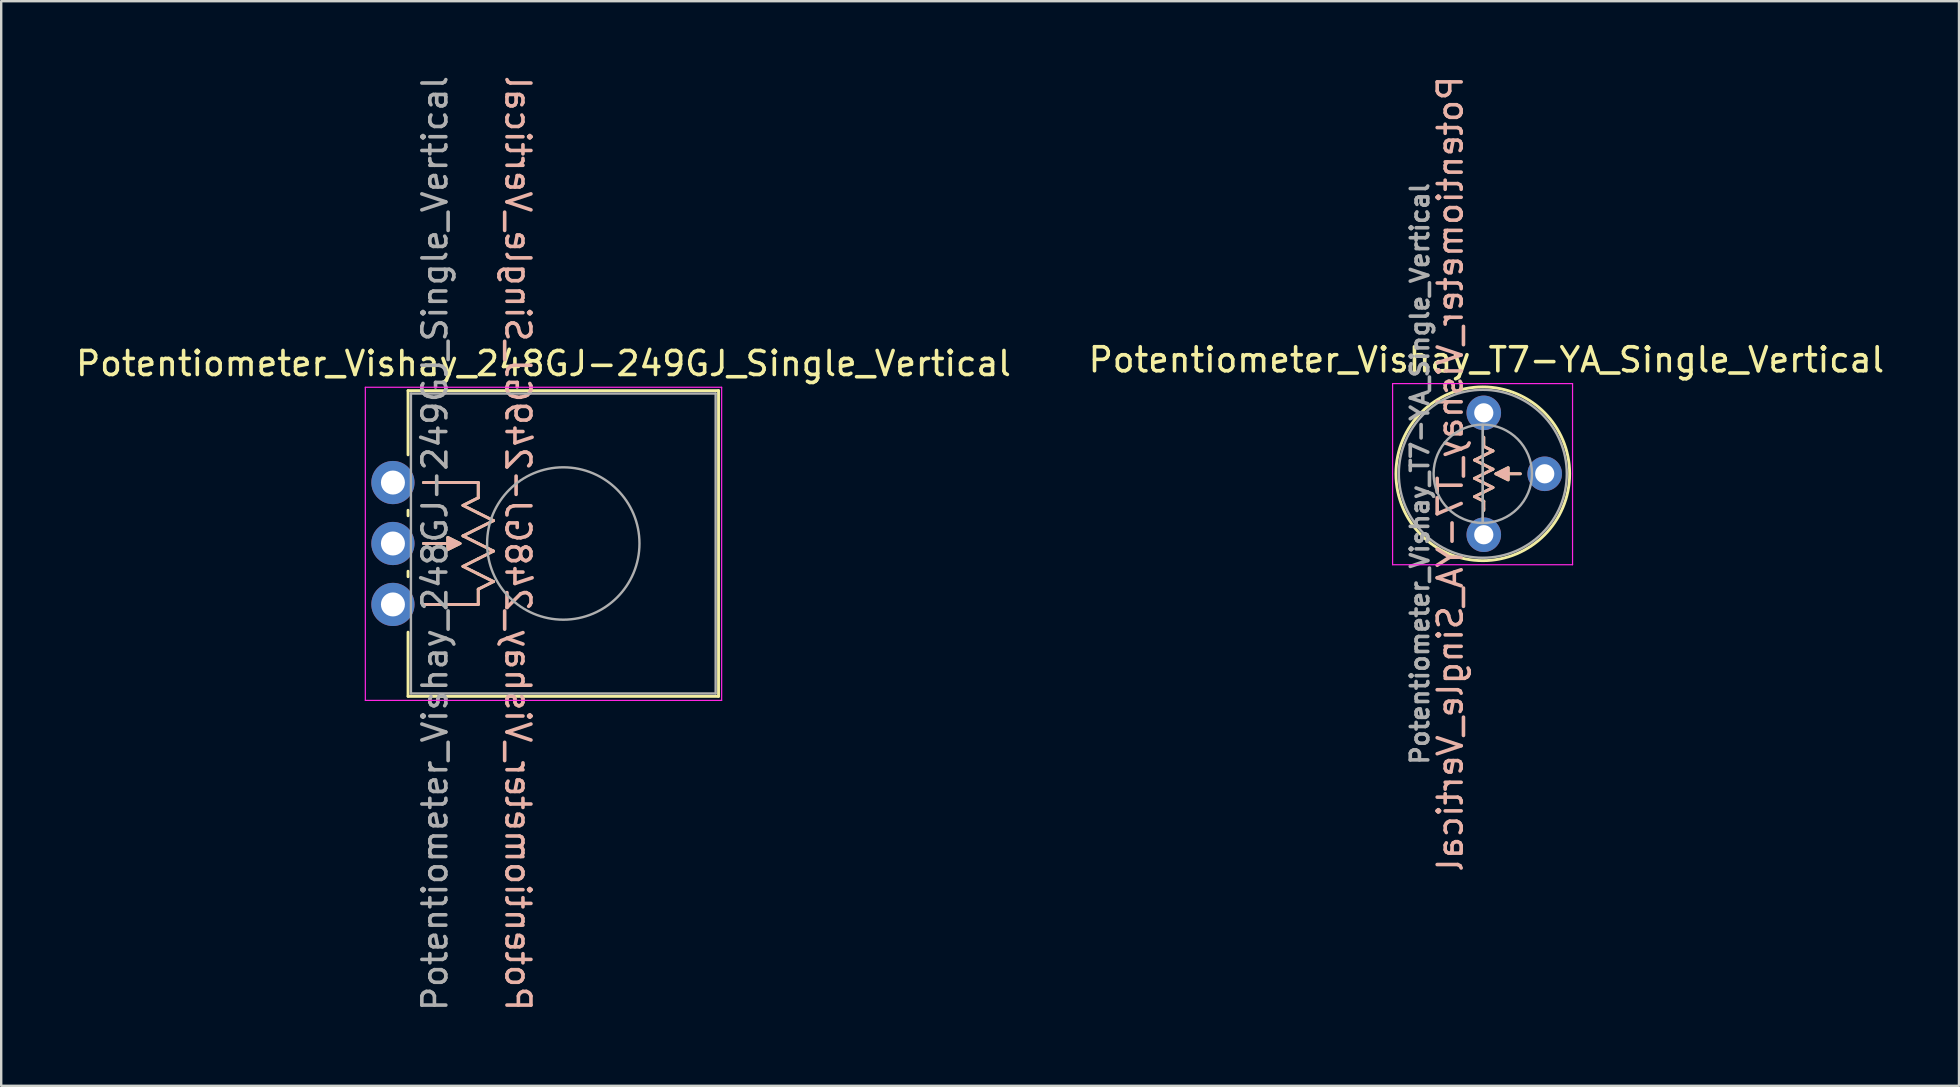
<source format=kicad_pcb>
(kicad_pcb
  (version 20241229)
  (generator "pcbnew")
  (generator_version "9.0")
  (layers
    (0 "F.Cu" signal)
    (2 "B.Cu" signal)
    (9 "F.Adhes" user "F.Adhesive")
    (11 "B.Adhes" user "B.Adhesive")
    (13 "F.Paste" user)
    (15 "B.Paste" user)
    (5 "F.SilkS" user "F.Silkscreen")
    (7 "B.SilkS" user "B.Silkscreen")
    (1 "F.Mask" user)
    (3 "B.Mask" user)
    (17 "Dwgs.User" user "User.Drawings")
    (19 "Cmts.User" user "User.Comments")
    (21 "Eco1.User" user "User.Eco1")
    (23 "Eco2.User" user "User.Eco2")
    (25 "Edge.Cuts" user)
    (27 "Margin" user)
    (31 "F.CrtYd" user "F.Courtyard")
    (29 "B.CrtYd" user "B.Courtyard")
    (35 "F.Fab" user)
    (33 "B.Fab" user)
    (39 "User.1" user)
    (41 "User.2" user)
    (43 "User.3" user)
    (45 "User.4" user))
  (footprint "Potentiometer_Vishay_T7-YA_Single_Vertical"
    (layer "F.Cu")
    (at 58.789 19.236)
    (property "Reference" "Potentiometer_Vishay_T7-YA_Single_Vertical" (at 0.11 -7.29 0) (layer "F.SilkS") (effects (font (size 1 1) (thickness 0.15))))
    (attr through_hole)
    (fp_line (start -0.381 -3.111) (end 0 -3.302) (stroke (width 0.12) (type solid)) (layer "F.SilkS"))
    (fp_line (start -0.381 -2.349) (end 0 -2.54) (stroke (width 0.12) (type solid)) (layer "F.SilkS"))
    (fp_line (start -0.381 -1.587) (end 0 -1.778) (stroke (width 0.12) (type solid)) (layer "F.SilkS"))
    (fp_line (start 0 -3.683) (end 0 -4.064) (stroke (width 0.12) (type solid)) (layer "F.SilkS"))
    (fp_line (start 0 -3.683) (end 0.381 -3.493) (stroke (width 0.12) (type solid)) (layer "F.SilkS"))
    (fp_line (start 0 -2.921) (end -0.381 -3.111) (stroke (width 0.12) (type solid)) (layer "F.SilkS"))
    (fp_line (start 0 -2.921) (end 0.381 -2.731) (stroke (width 0.12) (type solid)) (layer "F.SilkS"))
    (fp_line (start 0 -2.159) (end -0.381 -2.349) (stroke (width 0.12) (type solid)) (layer "F.SilkS"))
    (fp_line (start 0 -2.159) (end 0.381 -1.968) (stroke (width 0.12) (type solid)) (layer "F.SilkS"))
    (fp_line (start 0 -1.397) (end -0.381 -1.587) (stroke (width 0.12) (type solid)) (layer "F.SilkS"))
    (fp_line (start 0 -1.397) (end 0 -1.016) (stroke (width 0.12) (type solid)) (layer "F.SilkS"))
    (fp_line (start 0.381 -3.493) (end 0 -3.302) (stroke (width 0.12) (type solid)) (layer "F.SilkS"))
    (fp_line (start 0.381 -2.731) (end 0 -2.54) (stroke (width 0.12) (type solid)) (layer "F.SilkS"))
    (fp_line (start 0.381 -1.968) (end 0 -1.778) (stroke (width 0.12) (type solid)) (layer "F.SilkS"))
    (fp_line (start 0.508 -2.54) (end 1.524 -2.54) (stroke (width 0.12) (type solid)) (layer "F.SilkS"))
    (fp_circle (center -0.041 -2.54) (end 3.579 -2.54) (stroke (width 0.12) (type solid)) (fill no) (layer "F.SilkS"))
    (fp_poly (pts (xy 1.016 -2.286) (xy 0.508 -2.54) (xy 1.016 -2.794)) (stroke (width 0.12) (type solid)) (fill yes) (layer "F.SilkS"))
    (fp_line (start -0.381 -3.111) (end 0.381 -2.731) (stroke (width 0.12) (type solid)) (layer "B.SilkS"))
    (fp_line (start -0.381 -2.349) (end 0.381 -1.968) (stroke (width 0.12) (type solid)) (layer "B.SilkS"))
    (fp_line (start -0.381 -1.587) (end 0 -1.397) (stroke (width 0.12) (type solid)) (layer "B.SilkS"))
    (fp_line (start 0 -4.064) (end 0 -3.683) (stroke (width 0.12) (type solid)) (layer "B.SilkS"))
    (fp_line (start 0 -3.683) (end 0.381 -3.493) (stroke (width 0.12) (type solid)) (layer "B.SilkS"))
    (fp_line (start 0 -1.397) (end 0 -1.079) (stroke (width 0.12) (type solid)) (layer "B.SilkS"))
    (fp_line (start 0 -1.079) (end 0 -1.016) (stroke (width 0.12) (type solid)) (layer "B.SilkS"))
    (fp_line (start 0.381 -3.493) (end -0.381 -3.111) (stroke (width 0.12) (type solid)) (layer "B.SilkS"))
    (fp_line (start 0.381 -2.731) (end -0.381 -2.349) (stroke (width 0.12) (type solid)) (layer "B.SilkS"))
    (fp_line (start 0.381 -1.968) (end -0.381 -1.587) (stroke (width 0.12) (type solid)) (layer "B.SilkS"))
    (fp_line (start 1.524 -2.54) (end 0.508 -2.54) (stroke (width 0.12) (type solid)) (layer "B.SilkS"))
    (fp_poly (pts (xy 1.016 -2.286) (xy 0.508 -2.54) (xy 1.016 -2.794)) (stroke (width 0.12) (type solid)) (fill yes) (layer "B.SilkS"))
    (fp_line (start -3.8 -6.3) (end -3.8 1.25) (stroke (width 0.05) (type solid)) (layer "F.CrtYd"))
    (fp_line (start -3.8 1.25) (end 3.7 1.25) (stroke (width 0.05) (type solid)) (layer "F.CrtYd"))
    (fp_line (start 3.7 -6.3) (end -3.8 -6.3) (stroke (width 0.05) (type solid)) (layer "F.CrtYd"))
    (fp_line (start 3.7 1.25) (end 3.7 -6.3) (stroke (width 0.05) (type solid)) (layer "F.CrtYd"))
    (fp_line (start -0.041 -0.51) (end -0.04 -4.569) (stroke (width 0.1) (type solid)) (layer "F.Fab"))
    (fp_line (start -0.041 -0.51) (end -0.04 -4.569) (stroke (width 0.1) (type solid)) (layer "F.Fab"))
    (fp_circle (center -0.041 -2.54) (end 2.009 -2.54) (stroke (width 0.1) (type solid)) (fill no) (layer "F.Fab"))
    (fp_circle (center -0.04 -2.54) (end 3.46 -2.54) (stroke (width 0.1) (type solid)) (fill no) (layer "F.Fab"))
    (fp_text user "${REFERENCE}" (at -1.397 -2.54 90) (unlocked yes) (layer "B.SilkS") (effects (font (size 1 1) (thickness 0.15)) (justify mirror)))
    (fp_text user "${REFERENCE}" (at -2.664 -2.54 90) (layer "F.Fab") (effects (font (size 0.73 0.73) (thickness 0.15))))
    (pad "1" thru_hole circle (at 0 0) (size 1.44 1.44) (drill 0.8) (layers "*.Cu" "*.Mask"))
    (pad "2" thru_hole circle (at 2.54 -2.54) (size 1.44 1.44) (drill 0.8) (layers "*.Cu" "*.Mask"))
    (pad "3" thru_hole circle (at 0 -5.08) (size 1.44 1.44) (drill 0.8) (layers "*.Cu" "*.Mask")))
  (footprint "Potentiometer_Vishay_248GJ-249GJ_Single_Vertical"
    (layer "F.Cu")
    (at 13.326 22.141)
    (property "Reference" "Potentiometer_Vishay_248GJ-249GJ_Single_Vertical" (at 6.275 -10.04 0) (layer "F.SilkS") (effects (font (size 1 1) (thickness 0.15))))
    (attr through_hole)
    (fp_line (start 0.63 -8.91) (end 0.63 -6.235) (stroke (width 0.12) (type solid)) (layer "F.SilkS"))
    (fp_line (start 0.63 -8.91) (end 13.57 -8.91) (stroke (width 0.12) (type solid)) (layer "F.SilkS"))
    (fp_line (start 0.63 -3.925) (end 0.63 -3.695) (stroke (width 0.12) (type solid)) (layer "F.SilkS"))
    (fp_line (start 0.63 -1.384) (end 0.63 -1.155) (stroke (width 0.12) (type solid)) (layer "F.SilkS"))
    (fp_line (start 0.63 1.155) (end 0.63 3.83) (stroke (width 0.12) (type solid)) (layer "F.SilkS"))
    (fp_line (start 0.63 3.83) (end 13.57 3.83) (stroke (width 0.12) (type solid)) (layer "F.SilkS"))
    (fp_line (start 1.27 -5.08) (end 3.556 -5.08) (stroke (width 0.12) (type solid)) (layer "F.SilkS"))
    (fp_line (start 1.27 0) (end 3.556 0) (stroke (width 0.12) (type solid)) (layer "F.SilkS"))
    (fp_line (start 2.794 -2.54) (end 1.27 -2.54) (stroke (width 0.12) (type solid)) (layer "F.SilkS"))
    (fp_line (start 2.921 -4.128) (end 3.556 -3.81) (stroke (width 0.12) (type solid)) (layer "F.SilkS"))
    (fp_line (start 2.921 -2.857) (end 3.556 -2.54) (stroke (width 0.12) (type solid)) (layer "F.SilkS"))
    (fp_line (start 2.921 -1.587) (end 3.556 -1.27) (stroke (width 0.12) (type solid)) (layer "F.SilkS"))
    (fp_line (start 3.556 -5.08) (end 3.556 -4.445) (stroke (width 0.12) (type solid)) (layer "F.SilkS"))
    (fp_line (start 3.556 -4.445) (end 2.921 -4.128) (stroke (width 0.12) (type solid)) (layer "F.SilkS"))
    (fp_line (start 3.556 -3.175) (end 2.921 -2.857) (stroke (width 0.12) (type solid)) (layer "F.SilkS"))
    (fp_line (start 3.556 -3.175) (end 4.191 -3.493) (stroke (width 0.12) (type solid)) (layer "F.SilkS"))
    (fp_line (start 3.556 -1.905) (end 2.921 -1.587) (stroke (width 0.12) (type solid)) (layer "F.SilkS"))
    (fp_line (start 3.556 -1.905) (end 4.191 -2.223) (stroke (width 0.12) (type solid)) (layer "F.SilkS"))
    (fp_line (start 3.556 -0.635) (end 4.191 -0.953) (stroke (width 0.12) (type solid)) (layer "F.SilkS"))
    (fp_line (start 3.556 0) (end 3.556 -0.635) (stroke (width 0.12) (type solid)) (layer "F.SilkS"))
    (fp_line (start 4.191 -3.493) (end 3.556 -3.81) (stroke (width 0.12) (type solid)) (layer "F.SilkS"))
    (fp_line (start 4.191 -2.223) (end 3.556 -2.54) (stroke (width 0.12) (type solid)) (layer "F.SilkS"))
    (fp_line (start 4.191 -0.953) (end 3.556 -1.27) (stroke (width 0.12) (type solid)) (layer "F.SilkS"))
    (fp_line (start 13.57 -8.91) (end 13.57 3.83) (stroke (width 0.12) (type solid)) (layer "F.SilkS"))
    (fp_poly (pts (xy 2.794 -2.54) (xy 2.286 -2.286) (xy 2.286 -2.794)) (stroke (width 0.12) (type solid)) (fill yes) (layer "F.SilkS"))
    (fp_line (start 1.27 -5.08) (end 3.556 -5.08) (stroke (width 0.12) (type solid)) (layer "B.SilkS"))
    (fp_line (start 1.27 -2.54) (end 2.794 -2.54) (stroke (width 0.12) (type solid)) (layer "B.SilkS"))
    (fp_line (start 2.921 -4.128) (end 4.191 -3.493) (stroke (width 0.12) (type solid)) (layer "B.SilkS"))
    (fp_line (start 2.921 -2.857) (end 4.191 -2.223) (stroke (width 0.12) (type solid)) (layer "B.SilkS"))
    (fp_line (start 2.921 -1.587) (end 4.191 -0.953) (stroke (width 0.12) (type solid)) (layer "B.SilkS"))
    (fp_line (start 3.556 -5.08) (end 3.556 -4.445) (stroke (width 0.12) (type solid)) (layer "B.SilkS"))
    (fp_line (start 3.556 -4.445) (end 2.921 -4.128) (stroke (width 0.12) (type solid)) (layer "B.SilkS"))
    (fp_line (start 3.556 -0.635) (end 3.556 0) (stroke (width 0.12) (type solid)) (layer "B.SilkS"))
    (fp_line (start 3.556 0) (end 1.27 0) (stroke (width 0.12) (type solid)) (layer "B.SilkS"))
    (fp_line (start 4.191 -3.493) (end 2.921 -2.857) (stroke (width 0.12) (type solid)) (layer "B.SilkS"))
    (fp_line (start 4.191 -2.223) (end 2.921 -1.587) (stroke (width 0.12) (type solid)) (layer "B.SilkS"))
    (fp_line (start 4.191 -0.953) (end 3.556 -0.635) (stroke (width 0.12) (type solid)) (layer "B.SilkS"))
    (fp_poly (pts (xy 2.794 -2.54) (xy 2.286 -2.286) (xy 2.286 -2.794)) (stroke (width 0.12) (type solid)) (fill yes) (layer "B.SilkS"))
    (fp_line (start -1.15 -9.05) (end -1.15 4) (stroke (width 0.05) (type solid)) (layer "F.CrtYd"))
    (fp_line (start -1.15 4) (end 13.7 4) (stroke (width 0.05) (type solid)) (layer "F.CrtYd"))
    (fp_line (start 13.7 -9.05) (end -1.15 -9.05) (stroke (width 0.05) (type solid)) (layer "F.CrtYd"))
    (fp_line (start 13.7 4) (end 13.7 -9.05) (stroke (width 0.05) (type solid)) (layer "F.CrtYd"))
    (fp_line (start 0.75 -8.79) (end 0.75 3.71) (stroke (width 0.1) (type solid)) (layer "F.Fab"))
    (fp_line (start 0.75 3.71) (end 13.45 3.71) (stroke (width 0.1) (type solid)) (layer "F.Fab"))
    (fp_line (start 13.45 -8.79) (end 0.75 -8.79) (stroke (width 0.1) (type solid)) (layer "F.Fab"))
    (fp_line (start 13.45 3.71) (end 13.45 -8.79) (stroke (width 0.1) (type solid)) (layer "F.Fab"))
    (fp_circle (center 7.1 -2.54) (end 10.275 -2.54) (stroke (width 0.1) (type solid)) (fill no) (layer "F.Fab"))
    (fp_text user "${REFERENCE}" (at 5.207 -2.54 270) (unlocked yes) (layer "B.SilkS") (effects (font (size 1 1) (thickness 0.15)) (justify mirror)))
    (fp_text user "${REFERENCE}" (at 1.75 -2.54 90) (layer "F.Fab") (effects (font (size 1 1) (thickness 0.15))))
    (pad "1" thru_hole circle (at 0 0) (size 1.8 1.8) (drill 1) (layers "*.Cu" "*.Mask"))
    (pad "2" thru_hole circle (at 0 -2.54) (size 1.8 1.8) (drill 1) (layers "*.Cu" "*.Mask"))
    (pad "3" thru_hole circle (at 0 -5.08) (size 1.8 1.8) (drill 1) (layers "*.Cu" "*.Mask")))
  (gr_rect
    (start -3 -3)
    (end 78.595 42.202)
    (stroke (width 0.1) (type default))
    (fill no)
    (layer "Edge.Cuts")))
</source>
